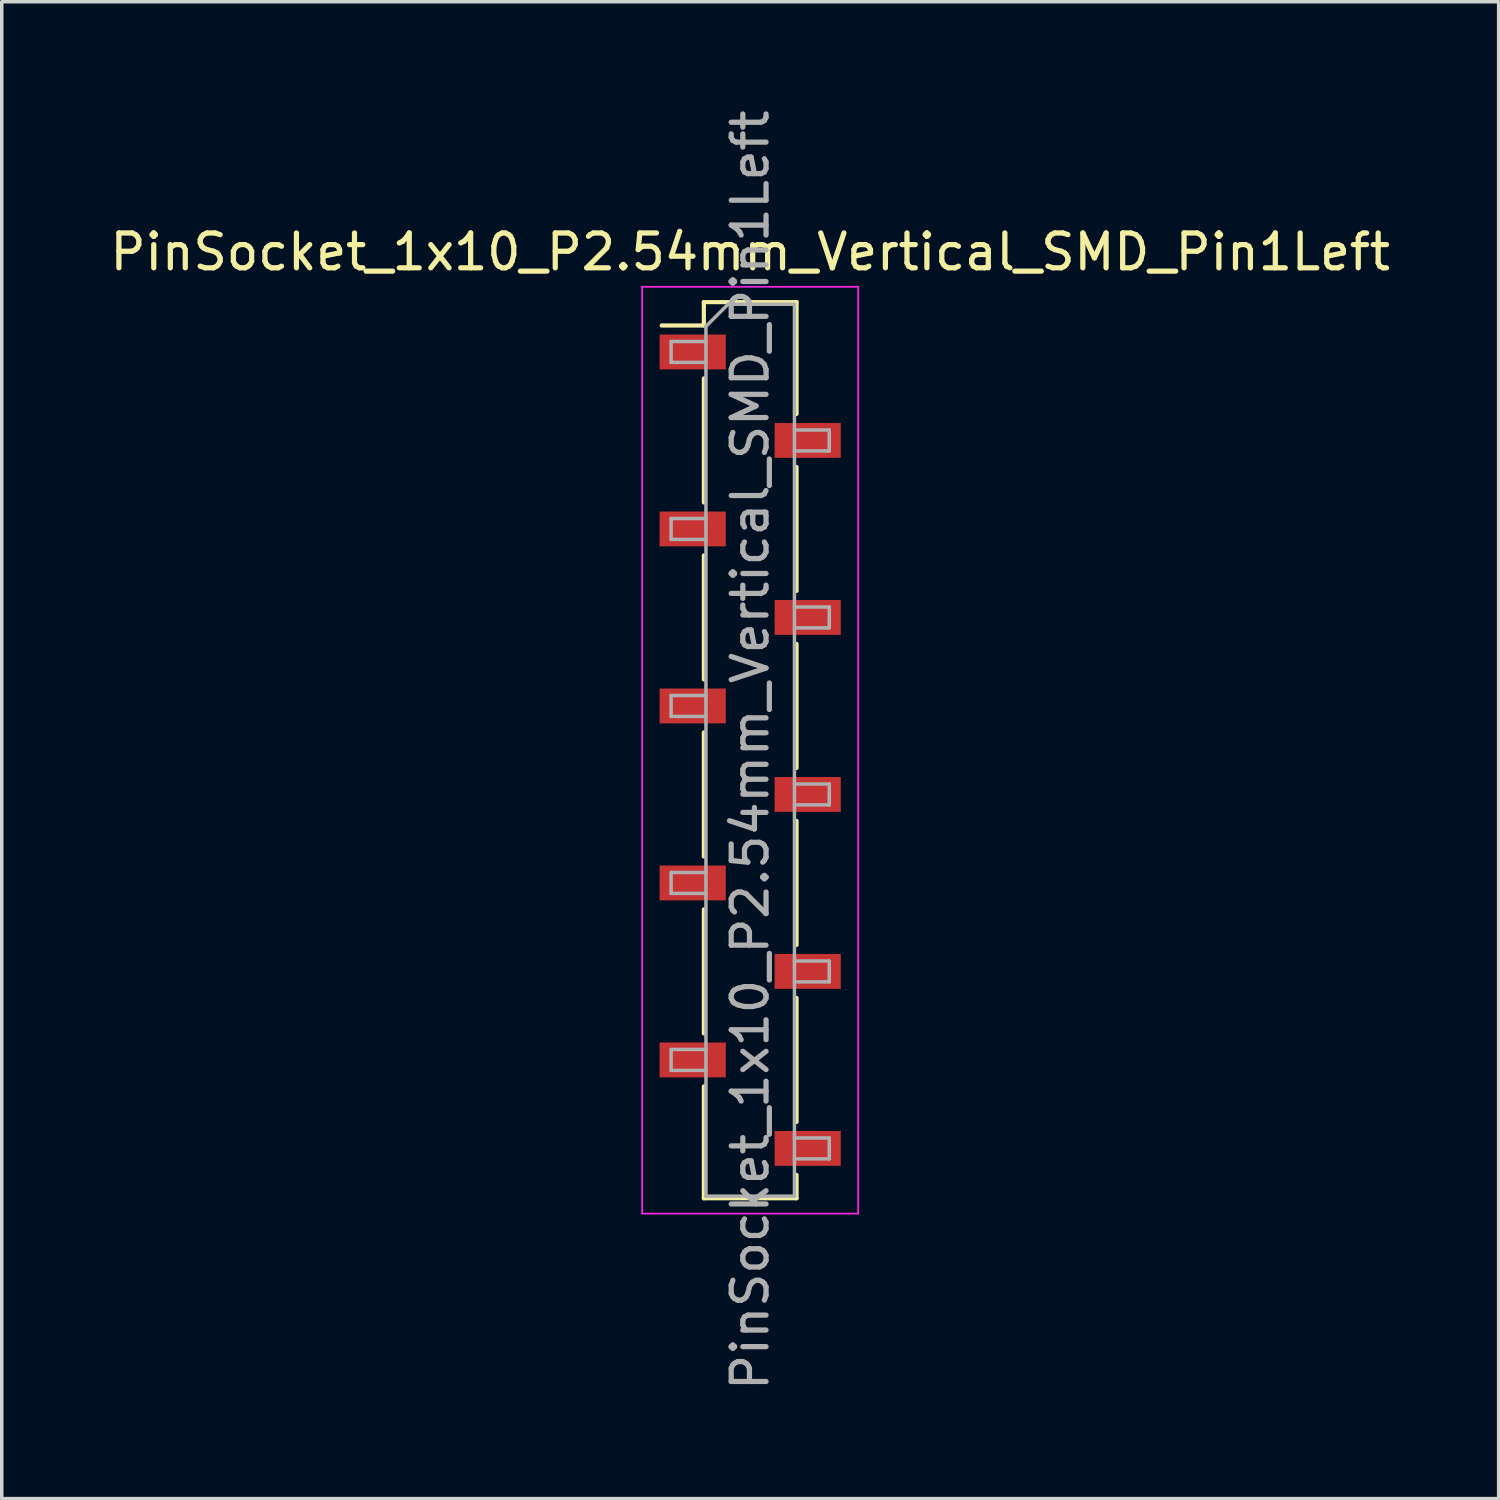
<source format=kicad_pcb>
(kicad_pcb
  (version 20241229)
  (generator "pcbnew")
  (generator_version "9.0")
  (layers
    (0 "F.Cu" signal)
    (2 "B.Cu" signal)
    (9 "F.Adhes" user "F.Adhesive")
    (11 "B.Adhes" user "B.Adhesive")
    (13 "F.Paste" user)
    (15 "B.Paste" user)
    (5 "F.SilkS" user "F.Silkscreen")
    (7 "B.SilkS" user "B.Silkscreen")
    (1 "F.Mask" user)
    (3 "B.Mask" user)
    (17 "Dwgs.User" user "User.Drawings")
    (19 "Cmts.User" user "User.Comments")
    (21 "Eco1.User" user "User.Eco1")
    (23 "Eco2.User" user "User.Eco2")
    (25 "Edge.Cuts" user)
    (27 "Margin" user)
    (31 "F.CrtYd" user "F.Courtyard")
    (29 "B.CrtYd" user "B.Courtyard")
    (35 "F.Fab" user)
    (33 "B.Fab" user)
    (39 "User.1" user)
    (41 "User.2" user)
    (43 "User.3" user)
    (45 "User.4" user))
  (footprint "PinSocket_1x10_P2.54mm_Vertical_SMD_Pin1Left"
    (layer "F.Cu")
    (at 18.482 18.482)
    (property "Reference" "PinSocket_1x10_P2.54mm_Vertical_SMD_Pin1Left" (at 0 -14.3 0) (layer "F.SilkS") (effects (font (size 1 1) (thickness 0.15))))
    (attr smd)
    (fp_line (start -2.54 -12.19) (end -1.33 -12.19) (stroke (width 0.12) (type solid)) (layer "F.SilkS"))
    (fp_line (start -1.33 -12.86) (end -1.33 -12.19) (stroke (width 0.12) (type solid)) (layer "F.SilkS"))
    (fp_line (start -1.33 -12.86) (end 1.33 -12.86) (stroke (width 0.12) (type solid)) (layer "F.SilkS"))
    (fp_line (start -1.33 -10.67) (end -1.33 -7.11) (stroke (width 0.12) (type solid)) (layer "F.SilkS"))
    (fp_line (start -1.33 -5.59) (end -1.33 -2.03) (stroke (width 0.12) (type solid)) (layer "F.SilkS"))
    (fp_line (start -1.33 -0.51) (end -1.33 3.05) (stroke (width 0.12) (type solid)) (layer "F.SilkS"))
    (fp_line (start -1.33 4.57) (end -1.33 8.13) (stroke (width 0.12) (type solid)) (layer "F.SilkS"))
    (fp_line (start -1.33 9.65) (end -1.33 12.86) (stroke (width 0.12) (type solid)) (layer "F.SilkS"))
    (fp_line (start -1.33 12.86) (end 1.33 12.86) (stroke (width 0.12) (type solid)) (layer "F.SilkS"))
    (fp_line (start 1.33 -12.86) (end 1.33 -9.65) (stroke (width 0.12) (type solid)) (layer "F.SilkS"))
    (fp_line (start 1.33 -8.13) (end 1.33 -4.57) (stroke (width 0.12) (type solid)) (layer "F.SilkS"))
    (fp_line (start 1.33 -3.05) (end 1.33 0.51) (stroke (width 0.12) (type solid)) (layer "F.SilkS"))
    (fp_line (start 1.33 2.03) (end 1.33 5.59) (stroke (width 0.12) (type solid)) (layer "F.SilkS"))
    (fp_line (start 1.33 7.11) (end 1.33 10.67) (stroke (width 0.12) (type solid)) (layer "F.SilkS"))
    (fp_line (start 1.33 12.19) (end 1.33 12.86) (stroke (width 0.12) (type solid)) (layer "F.SilkS"))
    (fp_line (start -3.1 -13.3) (end 3.1 -13.3) (stroke (width 0.05) (type solid)) (layer "F.CrtYd"))
    (fp_line (start -3.1 13.3) (end -3.1 -13.3) (stroke (width 0.05) (type solid)) (layer "F.CrtYd"))
    (fp_line (start 3.1 -13.3) (end 3.1 13.3) (stroke (width 0.05) (type solid)) (layer "F.CrtYd"))
    (fp_line (start 3.1 13.3) (end -3.1 13.3) (stroke (width 0.05) (type solid)) (layer "F.CrtYd"))
    (fp_line (start -2.27 -11.73) (end -1.27 -11.73) (stroke (width 0.1) (type solid)) (layer "F.Fab"))
    (fp_line (start -2.27 -11.13) (end -2.27 -11.73) (stroke (width 0.1) (type solid)) (layer "F.Fab"))
    (fp_line (start -2.27 -6.65) (end -1.27 -6.65) (stroke (width 0.1) (type solid)) (layer "F.Fab"))
    (fp_line (start -2.27 -6.05) (end -2.27 -6.65) (stroke (width 0.1) (type solid)) (layer "F.Fab"))
    (fp_line (start -2.27 -1.57) (end -1.27 -1.57) (stroke (width 0.1) (type solid)) (layer "F.Fab"))
    (fp_line (start -2.27 -0.97) (end -2.27 -1.57) (stroke (width 0.1) (type solid)) (layer "F.Fab"))
    (fp_line (start -2.27 3.51) (end -1.27 3.51) (stroke (width 0.1) (type solid)) (layer "F.Fab"))
    (fp_line (start -2.27 4.11) (end -2.27 3.51) (stroke (width 0.1) (type solid)) (layer "F.Fab"))
    (fp_line (start -2.27 8.59) (end -1.27 8.59) (stroke (width 0.1) (type solid)) (layer "F.Fab"))
    (fp_line (start -2.27 9.19) (end -2.27 8.59) (stroke (width 0.1) (type solid)) (layer "F.Fab"))
    (fp_line (start -1.27 -12.165) (end -0.635 -12.8) (stroke (width 0.1) (type solid)) (layer "F.Fab"))
    (fp_line (start -1.27 -11.13) (end -2.27 -11.13) (stroke (width 0.1) (type solid)) (layer "F.Fab"))
    (fp_line (start -1.27 -6.05) (end -2.27 -6.05) (stroke (width 0.1) (type solid)) (layer "F.Fab"))
    (fp_line (start -1.27 -0.97) (end -2.27 -0.97) (stroke (width 0.1) (type solid)) (layer "F.Fab"))
    (fp_line (start -1.27 4.11) (end -2.27 4.11) (stroke (width 0.1) (type solid)) (layer "F.Fab"))
    (fp_line (start -1.27 9.19) (end -2.27 9.19) (stroke (width 0.1) (type solid)) (layer "F.Fab"))
    (fp_line (start -1.27 12.8) (end -1.27 -12.165) (stroke (width 0.1) (type solid)) (layer "F.Fab"))
    (fp_line (start -0.635 -12.8) (end 1.27 -12.8) (stroke (width 0.1) (type solid)) (layer "F.Fab"))
    (fp_line (start 1.27 -12.8) (end 1.27 12.8) (stroke (width 0.1) (type solid)) (layer "F.Fab"))
    (fp_line (start 1.27 -9.19) (end 2.27 -9.19) (stroke (width 0.1) (type solid)) (layer "F.Fab"))
    (fp_line (start 1.27 -4.11) (end 2.27 -4.11) (stroke (width 0.1) (type solid)) (layer "F.Fab"))
    (fp_line (start 1.27 0.97) (end 2.27 0.97) (stroke (width 0.1) (type solid)) (layer "F.Fab"))
    (fp_line (start 1.27 6.05) (end 2.27 6.05) (stroke (width 0.1) (type solid)) (layer "F.Fab"))
    (fp_line (start 1.27 11.13) (end 2.27 11.13) (stroke (width 0.1) (type solid)) (layer "F.Fab"))
    (fp_line (start 1.27 12.8) (end -1.27 12.8) (stroke (width 0.1) (type solid)) (layer "F.Fab"))
    (fp_line (start 2.27 -9.19) (end 2.27 -8.59) (stroke (width 0.1) (type solid)) (layer "F.Fab"))
    (fp_line (start 2.27 -8.59) (end 1.27 -8.59) (stroke (width 0.1) (type solid)) (layer "F.Fab"))
    (fp_line (start 2.27 -4.11) (end 2.27 -3.51) (stroke (width 0.1) (type solid)) (layer "F.Fab"))
    (fp_line (start 2.27 -3.51) (end 1.27 -3.51) (stroke (width 0.1) (type solid)) (layer "F.Fab"))
    (fp_line (start 2.27 0.97) (end 2.27 1.57) (stroke (width 0.1) (type solid)) (layer "F.Fab"))
    (fp_line (start 2.27 1.57) (end 1.27 1.57) (stroke (width 0.1) (type solid)) (layer "F.Fab"))
    (fp_line (start 2.27 6.05) (end 2.27 6.65) (stroke (width 0.1) (type solid)) (layer "F.Fab"))
    (fp_line (start 2.27 6.65) (end 1.27 6.65) (stroke (width 0.1) (type solid)) (layer "F.Fab"))
    (fp_line (start 2.27 11.13) (end 2.27 11.73) (stroke (width 0.1) (type solid)) (layer "F.Fab"))
    (fp_line (start 2.27 11.73) (end 1.27 11.73) (stroke (width 0.1) (type solid)) (layer "F.Fab"))
    (fp_text user "${REFERENCE}" (at 0 0 90) (layer "F.Fab") (effects (font (size 1 1) (thickness 0.15))))
    (pad "1" smd rect (at -1.65 -11.43) (size 1.9 1) (layers "F.Cu" "F.Mask" "F.Paste"))
    (pad "2" smd rect (at 1.65 -8.89) (size 1.9 1) (layers "F.Cu" "F.Mask" "F.Paste"))
    (pad "3" smd rect (at -1.65 -6.35) (size 1.9 1) (layers "F.Cu" "F.Mask" "F.Paste"))
    (pad "4" smd rect (at 1.65 -3.81) (size 1.9 1) (layers "F.Cu" "F.Mask" "F.Paste"))
    (pad "5" smd rect (at -1.65 -1.27) (size 1.9 1) (layers "F.Cu" "F.Mask" "F.Paste"))
    (pad "6" smd rect (at 1.65 1.27) (size 1.9 1) (layers "F.Cu" "F.Mask" "F.Paste"))
    (pad "7" smd rect (at -1.65 3.81) (size 1.9 1) (layers "F.Cu" "F.Mask" "F.Paste"))
    (pad "8" smd rect (at 1.65 6.35) (size 1.9 1) (layers "F.Cu" "F.Mask" "F.Paste"))
    (pad "9" smd rect (at -1.65 8.89) (size 1.9 1) (layers "F.Cu" "F.Mask" "F.Paste"))
    (pad "10" smd rect (at 1.65 11.43) (size 1.9 1) (layers "F.Cu" "F.Mask" "F.Paste")))
  (gr_rect
    (start -3 -3)
    (end 39.964 39.964)
    (stroke (width 0.1) (type default))
    (fill no)
    (layer "Edge.Cuts")))
</source>
